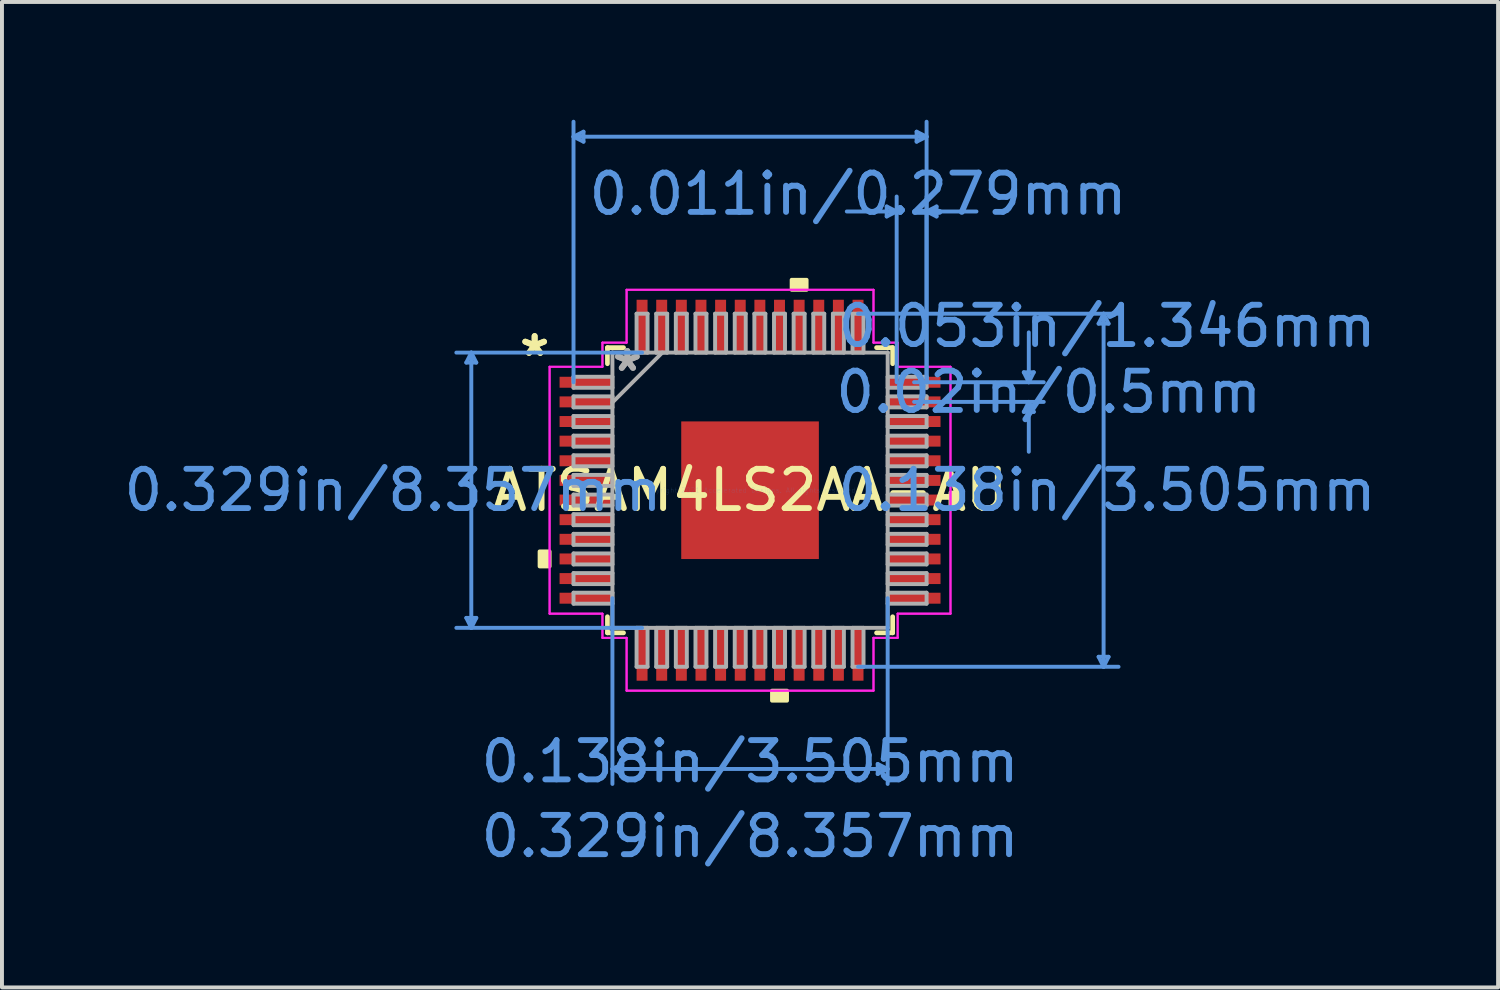
<source format=kicad_pcb>
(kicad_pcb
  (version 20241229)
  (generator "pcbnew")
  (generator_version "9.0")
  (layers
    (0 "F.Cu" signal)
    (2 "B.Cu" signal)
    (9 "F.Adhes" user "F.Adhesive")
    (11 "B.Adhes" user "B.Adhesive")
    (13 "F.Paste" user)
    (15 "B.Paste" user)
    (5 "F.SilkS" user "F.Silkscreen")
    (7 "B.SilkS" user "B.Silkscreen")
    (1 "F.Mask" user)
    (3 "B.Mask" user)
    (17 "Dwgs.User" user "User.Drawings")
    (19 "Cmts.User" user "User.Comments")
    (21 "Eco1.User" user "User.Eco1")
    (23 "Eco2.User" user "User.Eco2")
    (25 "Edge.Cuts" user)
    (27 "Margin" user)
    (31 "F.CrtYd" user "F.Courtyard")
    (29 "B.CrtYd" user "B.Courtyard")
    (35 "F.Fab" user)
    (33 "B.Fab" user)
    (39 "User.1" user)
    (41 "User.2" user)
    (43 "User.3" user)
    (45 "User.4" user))
  (footprint "ATSAM4LS2AA-AU"
    (layer "F.Cu")
    (at 16.052 9.435)
    (property "Reference" "ATSAM4LS2AA-AU" (at 0 0 0) (layer "F.SilkS") (effects (font (size 1 1) (thickness 0.15))))
    (attr through_hole)
    (fp_line (start -3.632 -3.632) (end -3.632 -3.222) (stroke (width 0.12) (type solid)) (layer "F.SilkS"))
    (fp_line (start -3.632 3.222) (end -3.632 3.632) (stroke (width 0.12) (type solid)) (layer "F.SilkS"))
    (fp_line (start -3.632 3.632) (end -3.222 3.632) (stroke (width 0.12) (type solid)) (layer "F.SilkS"))
    (fp_line (start -3.222 -3.632) (end -3.632 -3.632) (stroke (width 0.12) (type solid)) (layer "F.SilkS"))
    (fp_line (start 3.222 3.632) (end 3.632 3.632) (stroke (width 0.12) (type solid)) (layer "F.SilkS"))
    (fp_line (start 3.632 -3.632) (end 3.222 -3.632) (stroke (width 0.12) (type solid)) (layer "F.SilkS"))
    (fp_line (start 3.632 -3.222) (end 3.632 -3.632) (stroke (width 0.12) (type solid)) (layer "F.SilkS"))
    (fp_line (start 3.632 3.632) (end 3.632 3.222) (stroke (width 0.12) (type solid)) (layer "F.SilkS"))
    (fp_poly (pts (xy -5.359 1.559) (xy -5.359 1.94) (xy -5.105 1.94) (xy -5.105 1.559)) (stroke (width 0.1) (type solid)) (fill yes) (layer "F.SilkS"))
    (fp_poly (pts (xy 0.56 5.105) (xy 0.56 5.359) (xy 0.941 5.359) (xy 0.941 5.105)) (stroke (width 0.1) (type solid)) (fill yes) (layer "F.SilkS"))
    (fp_poly (pts (xy 1.06 -5.105) (xy 1.06 -5.359) (xy 1.44 -5.359) (xy 1.44 -5.105)) (stroke (width 0.1) (type solid)) (fill yes) (layer "F.SilkS"))
    (fp_poly (pts (xy 5.359 0.059) (xy 5.359 0.441) (xy 5.105 0.441) (xy 5.105 0.059)) (stroke (width 0.1) (type solid)) (fill yes) (layer "F.SilkS"))
    (fp_poly (pts (xy -1.653 -1.653) (xy -1.653 -0.1) (xy -0.1 -0.1) (xy -0.1 -1.653)) (stroke (width 0.1) (type solid)) (fill yes) (layer "F.Paste"))
    (fp_poly (pts (xy -1.653 0.1) (xy -1.653 1.653) (xy -0.1 1.653) (xy -0.1 0.1)) (stroke (width 0.1) (type solid)) (fill yes) (layer "F.Paste"))
    (fp_poly (pts (xy 0.1 -1.653) (xy 0.1 -0.1) (xy 1.653 -0.1) (xy 1.653 -1.653)) (stroke (width 0.1) (type solid)) (fill yes) (layer "F.Paste"))
    (fp_poly (pts (xy 0.1 0.1) (xy 0.1 1.653) (xy 1.653 1.653) (xy 1.653 0.1)) (stroke (width 0.1) (type solid)) (fill yes) (layer "F.Paste"))
    (fp_line (start -7.226 -3.251) (end -6.972 -3.251) (stroke (width 0.1) (type solid)) (layer "Cmts.User"))
    (fp_line (start -7.226 3.251) (end -6.972 3.251) (stroke (width 0.1) (type solid)) (layer "Cmts.User"))
    (fp_line (start -7.099 -3.505) (end -7.226 -3.251) (stroke (width 0.1) (type solid)) (layer "Cmts.User"))
    (fp_line (start -7.099 -3.505) (end -7.099 3.505) (stroke (width 0.1) (type solid)) (layer "Cmts.User"))
    (fp_line (start -7.099 -3.505) (end -6.972 -3.251) (stroke (width 0.1) (type solid)) (layer "Cmts.User"))
    (fp_line (start -7.099 3.505) (end -7.226 3.251) (stroke (width 0.1) (type solid)) (layer "Cmts.User"))
    (fp_line (start -7.099 3.505) (end -6.972 3.251) (stroke (width 0.1) (type solid)) (layer "Cmts.User"))
    (fp_line (start -4.496 -9.004) (end -4.242 -9.131) (stroke (width 0.1) (type solid)) (layer "Cmts.User"))
    (fp_line (start -4.496 -9.004) (end -4.242 -8.877) (stroke (width 0.1) (type solid)) (layer "Cmts.User"))
    (fp_line (start -4.496 -9.004) (end 4.496 -9.004) (stroke (width 0.1) (type solid)) (layer "Cmts.User"))
    (fp_line (start -4.496 -2.75) (end -4.496 -9.385) (stroke (width 0.1) (type solid)) (layer "Cmts.User"))
    (fp_line (start -4.242 -9.131) (end -4.242 -8.877) (stroke (width 0.1) (type solid)) (layer "Cmts.User"))
    (fp_line (start -3.505 2.75) (end -3.505 7.48) (stroke (width 0.1) (type solid)) (layer "Cmts.User"))
    (fp_line (start -3.505 7.099) (end -3.251 6.972) (stroke (width 0.1) (type solid)) (layer "Cmts.User"))
    (fp_line (start -3.505 7.099) (end -3.251 7.226) (stroke (width 0.1) (type solid)) (layer "Cmts.User"))
    (fp_line (start -3.505 7.099) (end 3.505 7.099) (stroke (width 0.1) (type solid)) (layer "Cmts.User"))
    (fp_line (start -3.251 6.972) (end -3.251 7.226) (stroke (width 0.1) (type solid)) (layer "Cmts.User"))
    (fp_line (start -2.75 -3.505) (end -7.48 -3.505) (stroke (width 0.1) (type solid)) (layer "Cmts.User"))
    (fp_line (start -2.75 3.505) (end -7.48 3.505) (stroke (width 0.1) (type solid)) (layer "Cmts.User"))
    (fp_line (start 2.75 -4.496) (end 9.385 -4.496) (stroke (width 0.1) (type solid)) (layer "Cmts.User"))
    (fp_line (start 2.75 4.496) (end 9.385 4.496) (stroke (width 0.1) (type solid)) (layer "Cmts.User"))
    (fp_line (start 3.251 6.972) (end 3.251 7.226) (stroke (width 0.1) (type solid)) (layer "Cmts.User"))
    (fp_line (start 3.48 -7.226) (end 3.48 -6.972) (stroke (width 0.1) (type solid)) (layer "Cmts.User"))
    (fp_line (start 3.505 2.75) (end 3.505 7.48) (stroke (width 0.1) (type solid)) (layer "Cmts.User"))
    (fp_line (start 3.505 7.099) (end 3.251 6.972) (stroke (width 0.1) (type solid)) (layer "Cmts.User"))
    (fp_line (start 3.505 7.099) (end 3.251 7.226) (stroke (width 0.1) (type solid)) (layer "Cmts.User"))
    (fp_line (start 3.734 -7.099) (end 2.464 -7.099) (stroke (width 0.1) (type solid)) (layer "Cmts.User"))
    (fp_line (start 3.734 -7.099) (end 3.48 -7.226) (stroke (width 0.1) (type solid)) (layer "Cmts.User"))
    (fp_line (start 3.734 -7.099) (end 3.48 -6.972) (stroke (width 0.1) (type solid)) (layer "Cmts.User"))
    (fp_line (start 3.734 -2.75) (end 3.734 -7.48) (stroke (width 0.1) (type solid)) (layer "Cmts.User"))
    (fp_line (start 4.178 -2.75) (end 7.48 -2.75) (stroke (width 0.1) (type solid)) (layer "Cmts.User"))
    (fp_line (start 4.178 -2.25) (end 7.48 -2.25) (stroke (width 0.1) (type solid)) (layer "Cmts.User"))
    (fp_line (start 4.242 -9.131) (end 4.242 -8.877) (stroke (width 0.1) (type solid)) (layer "Cmts.User"))
    (fp_line (start 4.496 -9.004) (end 4.242 -9.131) (stroke (width 0.1) (type solid)) (layer "Cmts.User"))
    (fp_line (start 4.496 -9.004) (end 4.242 -8.877) (stroke (width 0.1) (type solid)) (layer "Cmts.User"))
    (fp_line (start 4.496 -7.099) (end 4.75 -7.226) (stroke (width 0.1) (type solid)) (layer "Cmts.User"))
    (fp_line (start 4.496 -7.099) (end 4.75 -6.972) (stroke (width 0.1) (type solid)) (layer "Cmts.User"))
    (fp_line (start 4.496 -7.099) (end 5.766 -7.099) (stroke (width 0.1) (type solid)) (layer "Cmts.User"))
    (fp_line (start 4.496 -2.75) (end 4.496 -9.385) (stroke (width 0.1) (type solid)) (layer "Cmts.User"))
    (fp_line (start 4.496 -2.75) (end 4.496 -7.48) (stroke (width 0.1) (type solid)) (layer "Cmts.User"))
    (fp_line (start 4.75 -7.226) (end 4.75 -6.972) (stroke (width 0.1) (type solid)) (layer "Cmts.User"))
    (fp_line (start 6.972 -3.004) (end 7.226 -3.004) (stroke (width 0.1) (type solid)) (layer "Cmts.User"))
    (fp_line (start 6.972 -1.996) (end 7.226 -1.996) (stroke (width 0.1) (type solid)) (layer "Cmts.User"))
    (fp_line (start 7.099 -2.75) (end 6.972 -3.004) (stroke (width 0.1) (type solid)) (layer "Cmts.User"))
    (fp_line (start 7.099 -2.75) (end 7.099 -4.02) (stroke (width 0.1) (type solid)) (layer "Cmts.User"))
    (fp_line (start 7.099 -2.75) (end 7.226 -3.004) (stroke (width 0.1) (type solid)) (layer "Cmts.User"))
    (fp_line (start 7.099 -2.25) (end 6.972 -1.996) (stroke (width 0.1) (type solid)) (layer "Cmts.User"))
    (fp_line (start 7.099 -2.25) (end 7.099 -0.98) (stroke (width 0.1) (type solid)) (layer "Cmts.User"))
    (fp_line (start 7.099 -2.25) (end 7.226 -1.996) (stroke (width 0.1) (type solid)) (layer "Cmts.User"))
    (fp_line (start 8.877 -4.242) (end 9.131 -4.242) (stroke (width 0.1) (type solid)) (layer "Cmts.User"))
    (fp_line (start 8.877 4.242) (end 9.131 4.242) (stroke (width 0.1) (type solid)) (layer "Cmts.User"))
    (fp_line (start 9.004 -4.496) (end 8.877 -4.242) (stroke (width 0.1) (type solid)) (layer "Cmts.User"))
    (fp_line (start 9.004 -4.496) (end 9.004 4.496) (stroke (width 0.1) (type solid)) (layer "Cmts.User"))
    (fp_line (start 9.004 -4.496) (end 9.131 -4.242) (stroke (width 0.1) (type solid)) (layer "Cmts.User"))
    (fp_line (start 9.004 4.496) (end 8.877 4.242) (stroke (width 0.1) (type solid)) (layer "Cmts.User"))
    (fp_line (start 9.004 4.496) (end 9.131 4.242) (stroke (width 0.1) (type solid)) (layer "Cmts.User"))
    (fp_line (start -5.105 -3.144) (end -3.759 -3.144) (stroke (width 0.05) (type solid)) (layer "F.CrtYd"))
    (fp_line (start -5.105 -3.144) (end -3.759 -3.144) (stroke (width 0.05) (type solid)) (layer "F.CrtYd"))
    (fp_line (start -5.105 3.144) (end -5.105 -3.144) (stroke (width 0.05) (type solid)) (layer "F.CrtYd"))
    (fp_line (start -5.105 3.144) (end -5.105 -3.144) (stroke (width 0.05) (type solid)) (layer "F.CrtYd"))
    (fp_line (start -3.759 -3.759) (end -3.144 -3.759) (stroke (width 0.05) (type solid)) (layer "F.CrtYd"))
    (fp_line (start -3.759 -3.759) (end -3.144 -3.759) (stroke (width 0.05) (type solid)) (layer "F.CrtYd"))
    (fp_line (start -3.759 -3.144) (end -3.759 -3.759) (stroke (width 0.05) (type solid)) (layer "F.CrtYd"))
    (fp_line (start -3.759 -3.144) (end -3.759 -3.759) (stroke (width 0.05) (type solid)) (layer "F.CrtYd"))
    (fp_line (start -3.759 3.144) (end -5.105 3.144) (stroke (width 0.05) (type solid)) (layer "F.CrtYd"))
    (fp_line (start -3.759 3.144) (end -5.105 3.144) (stroke (width 0.05) (type solid)) (layer "F.CrtYd"))
    (fp_line (start -3.759 3.759) (end -3.759 3.144) (stroke (width 0.05) (type solid)) (layer "F.CrtYd"))
    (fp_line (start -3.759 3.759) (end -3.759 3.144) (stroke (width 0.05) (type solid)) (layer "F.CrtYd"))
    (fp_line (start -3.759 3.759) (end -3.144 3.759) (stroke (width 0.05) (type solid)) (layer "F.CrtYd"))
    (fp_line (start -3.144 -5.105) (end 3.144 -5.105) (stroke (width 0.05) (type solid)) (layer "F.CrtYd"))
    (fp_line (start -3.144 -5.105) (end 3.144 -5.105) (stroke (width 0.05) (type solid)) (layer "F.CrtYd"))
    (fp_line (start -3.144 -3.759) (end -3.144 -5.105) (stroke (width 0.05) (type solid)) (layer "F.CrtYd"))
    (fp_line (start -3.144 -3.759) (end -3.144 -5.105) (stroke (width 0.05) (type solid)) (layer "F.CrtYd"))
    (fp_line (start -3.144 3.759) (end -3.759 3.759) (stroke (width 0.05) (type solid)) (layer "F.CrtYd"))
    (fp_line (start -3.144 3.759) (end -3.144 5.105) (stroke (width 0.05) (type solid)) (layer "F.CrtYd"))
    (fp_line (start -3.144 5.105) (end -3.144 3.759) (stroke (width 0.05) (type solid)) (layer "F.CrtYd"))
    (fp_line (start -3.144 5.105) (end 3.144 5.105) (stroke (width 0.05) (type solid)) (layer "F.CrtYd"))
    (fp_line (start 3.144 -5.105) (end 3.144 -3.759) (stroke (width 0.05) (type solid)) (layer "F.CrtYd"))
    (fp_line (start 3.144 -5.105) (end 3.144 -3.759) (stroke (width 0.05) (type solid)) (layer "F.CrtYd"))
    (fp_line (start 3.144 -3.759) (end 3.759 -3.759) (stroke (width 0.05) (type solid)) (layer "F.CrtYd"))
    (fp_line (start 3.144 -3.759) (end 3.759 -3.759) (stroke (width 0.05) (type solid)) (layer "F.CrtYd"))
    (fp_line (start 3.144 3.759) (end 3.144 5.105) (stroke (width 0.05) (type solid)) (layer "F.CrtYd"))
    (fp_line (start 3.144 3.759) (end 3.759 3.759) (stroke (width 0.05) (type solid)) (layer "F.CrtYd"))
    (fp_line (start 3.144 5.105) (end -3.144 5.105) (stroke (width 0.05) (type solid)) (layer "F.CrtYd"))
    (fp_line (start 3.144 5.105) (end 3.144 3.759) (stroke (width 0.05) (type solid)) (layer "F.CrtYd"))
    (fp_line (start 3.759 -3.759) (end 3.759 -3.144) (stroke (width 0.05) (type solid)) (layer "F.CrtYd"))
    (fp_line (start 3.759 -3.144) (end 3.759 -3.759) (stroke (width 0.05) (type solid)) (layer "F.CrtYd"))
    (fp_line (start 3.759 -3.144) (end 5.105 -3.144) (stroke (width 0.05) (type solid)) (layer "F.CrtYd"))
    (fp_line (start 3.759 3.144) (end 3.759 3.759) (stroke (width 0.05) (type solid)) (layer "F.CrtYd"))
    (fp_line (start 3.759 3.144) (end 5.105 3.144) (stroke (width 0.05) (type solid)) (layer "F.CrtYd"))
    (fp_line (start 3.759 3.759) (end 3.144 3.759) (stroke (width 0.05) (type solid)) (layer "F.CrtYd"))
    (fp_line (start 3.759 3.759) (end 3.759 3.144) (stroke (width 0.05) (type solid)) (layer "F.CrtYd"))
    (fp_line (start 5.105 -3.144) (end 3.759 -3.144) (stroke (width 0.05) (type solid)) (layer "F.CrtYd"))
    (fp_line (start 5.105 -3.144) (end 5.105 3.144) (stroke (width 0.05) (type solid)) (layer "F.CrtYd"))
    (fp_line (start 5.105 3.144) (end 3.759 3.144) (stroke (width 0.05) (type solid)) (layer "F.CrtYd"))
    (fp_line (start 5.105 3.144) (end 5.105 -3.144) (stroke (width 0.05) (type solid)) (layer "F.CrtYd"))
    (fp_line (start -4.496 -2.89) (end -4.496 -2.61) (stroke (width 0.1) (type solid)) (layer "F.Fab"))
    (fp_line (start -4.496 -2.61) (end -3.505 -2.61) (stroke (width 0.1) (type solid)) (layer "F.Fab"))
    (fp_line (start -4.496 -2.39) (end -4.496 -2.11) (stroke (width 0.1) (type solid)) (layer "F.Fab"))
    (fp_line (start -4.496 -2.11) (end -3.505 -2.11) (stroke (width 0.1) (type solid)) (layer "F.Fab"))
    (fp_line (start -4.496 -1.89) (end -4.496 -1.61) (stroke (width 0.1) (type solid)) (layer "F.Fab"))
    (fp_line (start -4.496 -1.61) (end -3.505 -1.61) (stroke (width 0.1) (type solid)) (layer "F.Fab"))
    (fp_line (start -4.496 -1.39) (end -4.496 -1.11) (stroke (width 0.1) (type solid)) (layer "F.Fab"))
    (fp_line (start -4.496 -1.11) (end -3.505 -1.11) (stroke (width 0.1) (type solid)) (layer "F.Fab"))
    (fp_line (start -4.496 -0.89) (end -4.496 -0.61) (stroke (width 0.1) (type solid)) (layer "F.Fab"))
    (fp_line (start -4.496 -0.61) (end -3.505 -0.61) (stroke (width 0.1) (type solid)) (layer "F.Fab"))
    (fp_line (start -4.496 -0.39) (end -4.496 -0.11) (stroke (width 0.1) (type solid)) (layer "F.Fab"))
    (fp_line (start -4.496 -0.11) (end -3.505 -0.11) (stroke (width 0.1) (type solid)) (layer "F.Fab"))
    (fp_line (start -4.496 0.11) (end -4.496 0.39) (stroke (width 0.1) (type solid)) (layer "F.Fab"))
    (fp_line (start -4.496 0.39) (end -3.505 0.39) (stroke (width 0.1) (type solid)) (layer "F.Fab"))
    (fp_line (start -4.496 0.61) (end -4.496 0.89) (stroke (width 0.1) (type solid)) (layer "F.Fab"))
    (fp_line (start -4.496 0.89) (end -3.505 0.89) (stroke (width 0.1) (type solid)) (layer "F.Fab"))
    (fp_line (start -4.496 1.11) (end -4.496 1.39) (stroke (width 0.1) (type solid)) (layer "F.Fab"))
    (fp_line (start -4.496 1.39) (end -3.505 1.39) (stroke (width 0.1) (type solid)) (layer "F.Fab"))
    (fp_line (start -4.496 1.61) (end -4.496 1.89) (stroke (width 0.1) (type solid)) (layer "F.Fab"))
    (fp_line (start -4.496 1.89) (end -3.505 1.89) (stroke (width 0.1) (type solid)) (layer "F.Fab"))
    (fp_line (start -4.496 2.11) (end -4.496 2.39) (stroke (width 0.1) (type solid)) (layer "F.Fab"))
    (fp_line (start -4.496 2.39) (end -3.505 2.39) (stroke (width 0.1) (type solid)) (layer "F.Fab"))
    (fp_line (start -4.496 2.61) (end -4.496 2.89) (stroke (width 0.1) (type solid)) (layer "F.Fab"))
    (fp_line (start -4.496 2.89) (end -3.505 2.89) (stroke (width 0.1) (type solid)) (layer "F.Fab"))
    (fp_line (start -3.505 -3.505) (end -3.505 -3.505) (stroke (width 0.1) (type solid)) (layer "F.Fab"))
    (fp_line (start -3.505 -3.505) (end -3.505 3.505) (stroke (width 0.1) (type solid)) (layer "F.Fab"))
    (fp_line (start -3.505 -2.89) (end -4.496 -2.89) (stroke (width 0.1) (type solid)) (layer "F.Fab"))
    (fp_line (start -3.505 -2.61) (end -3.505 -2.89) (stroke (width 0.1) (type solid)) (layer "F.Fab"))
    (fp_line (start -3.505 -2.39) (end -4.496 -2.39) (stroke (width 0.1) (type solid)) (layer "F.Fab"))
    (fp_line (start -3.505 -2.235) (end -2.235 -3.505) (stroke (width 0.1) (type solid)) (layer "F.Fab"))
    (fp_line (start -3.505 -2.11) (end -3.505 -2.39) (stroke (width 0.1) (type solid)) (layer "F.Fab"))
    (fp_line (start -3.505 -1.89) (end -4.496 -1.89) (stroke (width 0.1) (type solid)) (layer "F.Fab"))
    (fp_line (start -3.505 -1.61) (end -3.505 -1.89) (stroke (width 0.1) (type solid)) (layer "F.Fab"))
    (fp_line (start -3.505 -1.39) (end -4.496 -1.39) (stroke (width 0.1) (type solid)) (layer "F.Fab"))
    (fp_line (start -3.505 -1.11) (end -3.505 -1.39) (stroke (width 0.1) (type solid)) (layer "F.Fab"))
    (fp_line (start -3.505 -0.89) (end -4.496 -0.89) (stroke (width 0.1) (type solid)) (layer "F.Fab"))
    (fp_line (start -3.505 -0.61) (end -3.505 -0.89) (stroke (width 0.1) (type solid)) (layer "F.Fab"))
    (fp_line (start -3.505 -0.39) (end -4.496 -0.39) (stroke (width 0.1) (type solid)) (layer "F.Fab"))
    (fp_line (start -3.505 -0.11) (end -3.505 -0.39) (stroke (width 0.1) (type solid)) (layer "F.Fab"))
    (fp_line (start -3.505 0.11) (end -4.496 0.11) (stroke (width 0.1) (type solid)) (layer "F.Fab"))
    (fp_line (start -3.505 0.39) (end -3.505 0.11) (stroke (width 0.1) (type solid)) (layer "F.Fab"))
    (fp_line (start -3.505 0.61) (end -4.496 0.61) (stroke (width 0.1) (type solid)) (layer "F.Fab"))
    (fp_line (start -3.505 0.89) (end -3.505 0.61) (stroke (width 0.1) (type solid)) (layer "F.Fab"))
    (fp_line (start -3.505 1.11) (end -4.496 1.11) (stroke (width 0.1) (type solid)) (layer "F.Fab"))
    (fp_line (start -3.505 1.39) (end -3.505 1.11) (stroke (width 0.1) (type solid)) (layer "F.Fab"))
    (fp_line (start -3.505 1.61) (end -4.496 1.61) (stroke (width 0.1) (type solid)) (layer "F.Fab"))
    (fp_line (start -3.505 1.89) (end -3.505 1.61) (stroke (width 0.1) (type solid)) (layer "F.Fab"))
    (fp_line (start -3.505 2.11) (end -4.496 2.11) (stroke (width 0.1) (type solid)) (layer "F.Fab"))
    (fp_line (start -3.505 2.39) (end -3.505 2.11) (stroke (width 0.1) (type solid)) (layer "F.Fab"))
    (fp_line (start -3.505 2.61) (end -4.496 2.61) (stroke (width 0.1) (type solid)) (layer "F.Fab"))
    (fp_line (start -3.505 2.89) (end -3.505 2.61) (stroke (width 0.1) (type solid)) (layer "F.Fab"))
    (fp_line (start -3.505 3.505) (end -3.505 3.505) (stroke (width 0.1) (type solid)) (layer "F.Fab"))
    (fp_line (start -3.505 3.505) (end 3.505 3.505) (stroke (width 0.1) (type solid)) (layer "F.Fab"))
    (fp_line (start -2.89 -4.496) (end -2.89 -3.505) (stroke (width 0.1) (type solid)) (layer "F.Fab"))
    (fp_line (start -2.89 -3.505) (end -2.61 -3.505) (stroke (width 0.1) (type solid)) (layer "F.Fab"))
    (fp_line (start -2.89 3.505) (end -2.89 4.496) (stroke (width 0.1) (type solid)) (layer "F.Fab"))
    (fp_line (start -2.89 4.496) (end -2.61 4.496) (stroke (width 0.1) (type solid)) (layer "F.Fab"))
    (fp_line (start -2.61 -4.496) (end -2.89 -4.496) (stroke (width 0.1) (type solid)) (layer "F.Fab"))
    (fp_line (start -2.61 -3.505) (end -2.61 -4.496) (stroke (width 0.1) (type solid)) (layer "F.Fab"))
    (fp_line (start -2.61 3.505) (end -2.89 3.505) (stroke (width 0.1) (type solid)) (layer "F.Fab"))
    (fp_line (start -2.61 4.496) (end -2.61 3.505) (stroke (width 0.1) (type solid)) (layer "F.Fab"))
    (fp_line (start -2.39 -4.496) (end -2.39 -3.505) (stroke (width 0.1) (type solid)) (layer "F.Fab"))
    (fp_line (start -2.39 -3.505) (end -2.11 -3.505) (stroke (width 0.1) (type solid)) (layer "F.Fab"))
    (fp_line (start -2.39 3.505) (end -2.39 4.496) (stroke (width 0.1) (type solid)) (layer "F.Fab"))
    (fp_line (start -2.39 4.496) (end -2.11 4.496) (stroke (width 0.1) (type solid)) (layer "F.Fab"))
    (fp_line (start -2.11 -4.496) (end -2.39 -4.496) (stroke (width 0.1) (type solid)) (layer "F.Fab"))
    (fp_line (start -2.11 -3.505) (end -2.11 -4.496) (stroke (width 0.1) (type solid)) (layer "F.Fab"))
    (fp_line (start -2.11 3.505) (end -2.39 3.505) (stroke (width 0.1) (type solid)) (layer "F.Fab"))
    (fp_line (start -2.11 4.496) (end -2.11 3.505) (stroke (width 0.1) (type solid)) (layer "F.Fab"))
    (fp_line (start -1.89 -4.496) (end -1.89 -3.505) (stroke (width 0.1) (type solid)) (layer "F.Fab"))
    (fp_line (start -1.89 -3.505) (end -1.61 -3.505) (stroke (width 0.1) (type solid)) (layer "F.Fab"))
    (fp_line (start -1.89 3.505) (end -1.89 4.496) (stroke (width 0.1) (type solid)) (layer "F.Fab"))
    (fp_line (start -1.89 4.496) (end -1.61 4.496) (stroke (width 0.1) (type solid)) (layer "F.Fab"))
    (fp_line (start -1.61 -4.496) (end -1.89 -4.496) (stroke (width 0.1) (type solid)) (layer "F.Fab"))
    (fp_line (start -1.61 -3.505) (end -1.61 -4.496) (stroke (width 0.1) (type solid)) (layer "F.Fab"))
    (fp_line (start -1.61 3.505) (end -1.89 3.505) (stroke (width 0.1) (type solid)) (layer "F.Fab"))
    (fp_line (start -1.61 4.496) (end -1.61 3.505) (stroke (width 0.1) (type solid)) (layer "F.Fab"))
    (fp_line (start -1.39 -4.496) (end -1.39 -3.505) (stroke (width 0.1) (type solid)) (layer "F.Fab"))
    (fp_line (start -1.39 -3.505) (end -1.11 -3.505) (stroke (width 0.1) (type solid)) (layer "F.Fab"))
    (fp_line (start -1.39 3.505) (end -1.39 4.496) (stroke (width 0.1) (type solid)) (layer "F.Fab"))
    (fp_line (start -1.39 4.496) (end -1.11 4.496) (stroke (width 0.1) (type solid)) (layer "F.Fab"))
    (fp_line (start -1.11 -4.496) (end -1.39 -4.496) (stroke (width 0.1) (type solid)) (layer "F.Fab"))
    (fp_line (start -1.11 -3.505) (end -1.11 -4.496) (stroke (width 0.1) (type solid)) (layer "F.Fab"))
    (fp_line (start -1.11 3.505) (end -1.39 3.505) (stroke (width 0.1) (type solid)) (layer "F.Fab"))
    (fp_line (start -1.11 4.496) (end -1.11 3.505) (stroke (width 0.1) (type solid)) (layer "F.Fab"))
    (fp_line (start -0.89 -4.496) (end -0.89 -3.505) (stroke (width 0.1) (type solid)) (layer "F.Fab"))
    (fp_line (start -0.89 -3.505) (end -0.61 -3.505) (stroke (width 0.1) (type solid)) (layer "F.Fab"))
    (fp_line (start -0.89 3.505) (end -0.89 4.496) (stroke (width 0.1) (type solid)) (layer "F.Fab"))
    (fp_line (start -0.89 4.496) (end -0.61 4.496) (stroke (width 0.1) (type solid)) (layer "F.Fab"))
    (fp_line (start -0.61 -4.496) (end -0.89 -4.496) (stroke (width 0.1) (type solid)) (layer "F.Fab"))
    (fp_line (start -0.61 -3.505) (end -0.61 -4.496) (stroke (width 0.1) (type solid)) (layer "F.Fab"))
    (fp_line (start -0.61 3.505) (end -0.89 3.505) (stroke (width 0.1) (type solid)) (layer "F.Fab"))
    (fp_line (start -0.61 4.496) (end -0.61 3.505) (stroke (width 0.1) (type solid)) (layer "F.Fab"))
    (fp_line (start -0.39 -4.496) (end -0.39 -3.505) (stroke (width 0.1) (type solid)) (layer "F.Fab"))
    (fp_line (start -0.39 -3.505) (end -0.11 -3.505) (stroke (width 0.1) (type solid)) (layer "F.Fab"))
    (fp_line (start -0.39 3.505) (end -0.39 4.496) (stroke (width 0.1) (type solid)) (layer "F.Fab"))
    (fp_line (start -0.39 4.496) (end -0.11 4.496) (stroke (width 0.1) (type solid)) (layer "F.Fab"))
    (fp_line (start -0.11 -4.496) (end -0.39 -4.496) (stroke (width 0.1) (type solid)) (layer "F.Fab"))
    (fp_line (start -0.11 -3.505) (end -0.11 -4.496) (stroke (width 0.1) (type solid)) (layer "F.Fab"))
    (fp_line (start -0.11 3.505) (end -0.39 3.505) (stroke (width 0.1) (type solid)) (layer "F.Fab"))
    (fp_line (start -0.11 4.496) (end -0.11 3.505) (stroke (width 0.1) (type solid)) (layer "F.Fab"))
    (fp_line (start 0.11 -4.496) (end 0.11 -3.505) (stroke (width 0.1) (type solid)) (layer "F.Fab"))
    (fp_line (start 0.11 -3.505) (end 0.39 -3.505) (stroke (width 0.1) (type solid)) (layer "F.Fab"))
    (fp_line (start 0.11 3.505) (end 0.11 4.496) (stroke (width 0.1) (type solid)) (layer "F.Fab"))
    (fp_line (start 0.11 4.496) (end 0.39 4.496) (stroke (width 0.1) (type solid)) (layer "F.Fab"))
    (fp_line (start 0.39 -4.496) (end 0.11 -4.496) (stroke (width 0.1) (type solid)) (layer "F.Fab"))
    (fp_line (start 0.39 -3.505) (end 0.39 -4.496) (stroke (width 0.1) (type solid)) (layer "F.Fab"))
    (fp_line (start 0.39 3.505) (end 0.11 3.505) (stroke (width 0.1) (type solid)) (layer "F.Fab"))
    (fp_line (start 0.39 4.496) (end 0.39 3.505) (stroke (width 0.1) (type solid)) (layer "F.Fab"))
    (fp_line (start 0.61 -4.496) (end 0.61 -3.505) (stroke (width 0.1) (type solid)) (layer "F.Fab"))
    (fp_line (start 0.61 -3.505) (end 0.89 -3.505) (stroke (width 0.1) (type solid)) (layer "F.Fab"))
    (fp_line (start 0.61 3.505) (end 0.61 4.496) (stroke (width 0.1) (type solid)) (layer "F.Fab"))
    (fp_line (start 0.61 4.496) (end 0.89 4.496) (stroke (width 0.1) (type solid)) (layer "F.Fab"))
    (fp_line (start 0.89 -4.496) (end 0.61 -4.496) (stroke (width 0.1) (type solid)) (layer "F.Fab"))
    (fp_line (start 0.89 -3.505) (end 0.89 -4.496) (stroke (width 0.1) (type solid)) (layer "F.Fab"))
    (fp_line (start 0.89 3.505) (end 0.61 3.505) (stroke (width 0.1) (type solid)) (layer "F.Fab"))
    (fp_line (start 0.89 4.496) (end 0.89 3.505) (stroke (width 0.1) (type solid)) (layer "F.Fab"))
    (fp_line (start 1.11 -4.496) (end 1.11 -3.505) (stroke (width 0.1) (type solid)) (layer "F.Fab"))
    (fp_line (start 1.11 -3.505) (end 1.39 -3.505) (stroke (width 0.1) (type solid)) (layer "F.Fab"))
    (fp_line (start 1.11 3.505) (end 1.11 4.496) (stroke (width 0.1) (type solid)) (layer "F.Fab"))
    (fp_line (start 1.11 4.496) (end 1.39 4.496) (stroke (width 0.1) (type solid)) (layer "F.Fab"))
    (fp_line (start 1.39 -4.496) (end 1.11 -4.496) (stroke (width 0.1) (type solid)) (layer "F.Fab"))
    (fp_line (start 1.39 -3.505) (end 1.39 -4.496) (stroke (width 0.1) (type solid)) (layer "F.Fab"))
    (fp_line (start 1.39 3.505) (end 1.11 3.505) (stroke (width 0.1) (type solid)) (layer "F.Fab"))
    (fp_line (start 1.39 4.496) (end 1.39 3.505) (stroke (width 0.1) (type solid)) (layer "F.Fab"))
    (fp_line (start 1.61 -4.496) (end 1.61 -3.505) (stroke (width 0.1) (type solid)) (layer "F.Fab"))
    (fp_line (start 1.61 -3.505) (end 1.89 -3.505) (stroke (width 0.1) (type solid)) (layer "F.Fab"))
    (fp_line (start 1.61 3.505) (end 1.61 4.496) (stroke (width 0.1) (type solid)) (layer "F.Fab"))
    (fp_line (start 1.61 4.496) (end 1.89 4.496) (stroke (width 0.1) (type solid)) (layer "F.Fab"))
    (fp_line (start 1.89 -4.496) (end 1.61 -4.496) (stroke (width 0.1) (type solid)) (layer "F.Fab"))
    (fp_line (start 1.89 -3.505) (end 1.89 -4.496) (stroke (width 0.1) (type solid)) (layer "F.Fab"))
    (fp_line (start 1.89 3.505) (end 1.61 3.505) (stroke (width 0.1) (type solid)) (layer "F.Fab"))
    (fp_line (start 1.89 4.496) (end 1.89 3.505) (stroke (width 0.1) (type solid)) (layer "F.Fab"))
    (fp_line (start 2.11 -4.496) (end 2.11 -3.505) (stroke (width 0.1) (type solid)) (layer "F.Fab"))
    (fp_line (start 2.11 -3.505) (end 2.39 -3.505) (stroke (width 0.1) (type solid)) (layer "F.Fab"))
    (fp_line (start 2.11 3.505) (end 2.11 4.496) (stroke (width 0.1) (type solid)) (layer "F.Fab"))
    (fp_line (start 2.11 4.496) (end 2.39 4.496) (stroke (width 0.1) (type solid)) (layer "F.Fab"))
    (fp_line (start 2.39 -4.496) (end 2.11 -4.496) (stroke (width 0.1) (type solid)) (layer "F.Fab"))
    (fp_line (start 2.39 -3.505) (end 2.39 -4.496) (stroke (width 0.1) (type solid)) (layer "F.Fab"))
    (fp_line (start 2.39 3.505) (end 2.11 3.505) (stroke (width 0.1) (type solid)) (layer "F.Fab"))
    (fp_line (start 2.39 4.496) (end 2.39 3.505) (stroke (width 0.1) (type solid)) (layer "F.Fab"))
    (fp_line (start 2.61 -4.496) (end 2.61 -3.505) (stroke (width 0.1) (type solid)) (layer "F.Fab"))
    (fp_line (start 2.61 -3.505) (end 2.89 -3.505) (stroke (width 0.1) (type solid)) (layer "F.Fab"))
    (fp_line (start 2.61 3.505) (end 2.61 4.496) (stroke (width 0.1) (type solid)) (layer "F.Fab"))
    (fp_line (start 2.61 4.496) (end 2.89 4.496) (stroke (width 0.1) (type solid)) (layer "F.Fab"))
    (fp_line (start 2.89 -4.496) (end 2.61 -4.496) (stroke (width 0.1) (type solid)) (layer "F.Fab"))
    (fp_line (start 2.89 -3.505) (end 2.89 -4.496) (stroke (width 0.1) (type solid)) (layer "F.Fab"))
    (fp_line (start 2.89 3.505) (end 2.61 3.505) (stroke (width 0.1) (type solid)) (layer "F.Fab"))
    (fp_line (start 2.89 4.496) (end 2.89 3.505) (stroke (width 0.1) (type solid)) (layer "F.Fab"))
    (fp_line (start 3.505 -3.505) (end -3.505 -3.505) (stroke (width 0.1) (type solid)) (layer "F.Fab"))
    (fp_line (start 3.505 -3.505) (end 3.505 -3.505) (stroke (width 0.1) (type solid)) (layer "F.Fab"))
    (fp_line (start 3.505 -2.89) (end 3.505 -2.61) (stroke (width 0.1) (type solid)) (layer "F.Fab"))
    (fp_line (start 3.505 -2.61) (end 4.496 -2.61) (stroke (width 0.1) (type solid)) (layer "F.Fab"))
    (fp_line (start 3.505 -2.39) (end 3.505 -2.11) (stroke (width 0.1) (type solid)) (layer "F.Fab"))
    (fp_line (start 3.505 -2.11) (end 4.496 -2.11) (stroke (width 0.1) (type solid)) (layer "F.Fab"))
    (fp_line (start 3.505 -1.89) (end 3.505 -1.61) (stroke (width 0.1) (type solid)) (layer "F.Fab"))
    (fp_line (start 3.505 -1.61) (end 4.496 -1.61) (stroke (width 0.1) (type solid)) (layer "F.Fab"))
    (fp_line (start 3.505 -1.39) (end 3.505 -1.11) (stroke (width 0.1) (type solid)) (layer "F.Fab"))
    (fp_line (start 3.505 -1.11) (end 4.496 -1.11) (stroke (width 0.1) (type solid)) (layer "F.Fab"))
    (fp_line (start 3.505 -0.89) (end 3.505 -0.61) (stroke (width 0.1) (type solid)) (layer "F.Fab"))
    (fp_line (start 3.505 -0.61) (end 4.496 -0.61) (stroke (width 0.1) (type solid)) (layer "F.Fab"))
    (fp_line (start 3.505 -0.39) (end 3.505 -0.11) (stroke (width 0.1) (type solid)) (layer "F.Fab"))
    (fp_line (start 3.505 -0.11) (end 4.496 -0.11) (stroke (width 0.1) (type solid)) (layer "F.Fab"))
    (fp_line (start 3.505 0.11) (end 3.505 0.39) (stroke (width 0.1) (type solid)) (layer "F.Fab"))
    (fp_line (start 3.505 0.39) (end 4.496 0.39) (stroke (width 0.1) (type solid)) (layer "F.Fab"))
    (fp_line (start 3.505 0.61) (end 3.505 0.89) (stroke (width 0.1) (type solid)) (layer "F.Fab"))
    (fp_line (start 3.505 0.89) (end 4.496 0.89) (stroke (width 0.1) (type solid)) (layer "F.Fab"))
    (fp_line (start 3.505 1.11) (end 3.505 1.39) (stroke (width 0.1) (type solid)) (layer "F.Fab"))
    (fp_line (start 3.505 1.39) (end 4.496 1.39) (stroke (width 0.1) (type solid)) (layer "F.Fab"))
    (fp_line (start 3.505 1.61) (end 3.505 1.89) (stroke (width 0.1) (type solid)) (layer "F.Fab"))
    (fp_line (start 3.505 1.89) (end 4.496 1.89) (stroke (width 0.1) (type solid)) (layer "F.Fab"))
    (fp_line (start 3.505 2.11) (end 3.505 2.39) (stroke (width 0.1) (type solid)) (layer "F.Fab"))
    (fp_line (start 3.505 2.39) (end 4.496 2.39) (stroke (width 0.1) (type solid)) (layer "F.Fab"))
    (fp_line (start 3.505 2.61) (end 3.505 2.89) (stroke (width 0.1) (type solid)) (layer "F.Fab"))
    (fp_line (start 3.505 2.89) (end 4.496 2.89) (stroke (width 0.1) (type solid)) (layer "F.Fab"))
    (fp_line (start 3.505 3.505) (end 3.505 -3.505) (stroke (width 0.1) (type solid)) (layer "F.Fab"))
    (fp_line (start 3.505 3.505) (end 3.505 3.505) (stroke (width 0.1) (type solid)) (layer "F.Fab"))
    (fp_line (start 4.496 -2.89) (end 3.505 -2.89) (stroke (width 0.1) (type solid)) (layer "F.Fab"))
    (fp_line (start 4.496 -2.61) (end 4.496 -2.89) (stroke (width 0.1) (type solid)) (layer "F.Fab"))
    (fp_line (start 4.496 -2.39) (end 3.505 -2.39) (stroke (width 0.1) (type solid)) (layer "F.Fab"))
    (fp_line (start 4.496 -2.11) (end 4.496 -2.39) (stroke (width 0.1) (type solid)) (layer "F.Fab"))
    (fp_line (start 4.496 -1.89) (end 3.505 -1.89) (stroke (width 0.1) (type solid)) (layer "F.Fab"))
    (fp_line (start 4.496 -1.61) (end 4.496 -1.89) (stroke (width 0.1) (type solid)) (layer "F.Fab"))
    (fp_line (start 4.496 -1.39) (end 3.505 -1.39) (stroke (width 0.1) (type solid)) (layer "F.Fab"))
    (fp_line (start 4.496 -1.11) (end 4.496 -1.39) (stroke (width 0.1) (type solid)) (layer "F.Fab"))
    (fp_line (start 4.496 -0.89) (end 3.505 -0.89) (stroke (width 0.1) (type solid)) (layer "F.Fab"))
    (fp_line (start 4.496 -0.61) (end 4.496 -0.89) (stroke (width 0.1) (type solid)) (layer "F.Fab"))
    (fp_line (start 4.496 -0.39) (end 3.505 -0.39) (stroke (width 0.1) (type solid)) (layer "F.Fab"))
    (fp_line (start 4.496 -0.11) (end 4.496 -0.39) (stroke (width 0.1) (type solid)) (layer "F.Fab"))
    (fp_line (start 4.496 0.11) (end 3.505 0.11) (stroke (width 0.1) (type solid)) (layer "F.Fab"))
    (fp_line (start 4.496 0.39) (end 4.496 0.11) (stroke (width 0.1) (type solid)) (layer "F.Fab"))
    (fp_line (start 4.496 0.61) (end 3.505 0.61) (stroke (width 0.1) (type solid)) (layer "F.Fab"))
    (fp_line (start 4.496 0.89) (end 4.496 0.61) (stroke (width 0.1) (type solid)) (layer "F.Fab"))
    (fp_line (start 4.496 1.11) (end 3.505 1.11) (stroke (width 0.1) (type solid)) (layer "F.Fab"))
    (fp_line (start 4.496 1.39) (end 4.496 1.11) (stroke (width 0.1) (type solid)) (layer "F.Fab"))
    (fp_line (start 4.496 1.61) (end 3.505 1.61) (stroke (width 0.1) (type solid)) (layer "F.Fab"))
    (fp_line (start 4.496 1.89) (end 4.496 1.61) (stroke (width 0.1) (type solid)) (layer "F.Fab"))
    (fp_line (start 4.496 2.11) (end 3.505 2.11) (stroke (width 0.1) (type solid)) (layer "F.Fab"))
    (fp_line (start 4.496 2.39) (end 4.496 2.11) (stroke (width 0.1) (type solid)) (layer "F.Fab"))
    (fp_line (start 4.496 2.61) (end 3.505 2.61) (stroke (width 0.1) (type solid)) (layer "F.Fab"))
    (fp_line (start 4.496 2.89) (end 4.496 2.61) (stroke (width 0.1) (type solid)) (layer "F.Fab"))
    (fp_text user "*" (at -5.486 -3.381 0) (layer "F.SilkS") (effects (font (size 1 1) (thickness 0.15))))
    (fp_text user "*" (at -5.486 -3.381 0) (layer "F.SilkS") (effects (font (size 1 1) (thickness 0.15))))
    (fp_text user "0.138in/3.505mm" (at 0 6.909 0) (layer "Cmts.User") (effects (font (size 1 1) (thickness 0.15))))
    (fp_text user "0.138in/3.505mm" (at 9.093 0 0) (layer "Cmts.User") (effects (font (size 1 1) (thickness 0.15))))
    (fp_text user "Copyright 2021 Accelerated Designs. All rights reserved." (at 0 0 0) (layer "Cmts.User") (effects (font (size 0.127 0.127) (thickness 0.002))))
    (fp_text user "0.329in/8.357mm" (at 0 8.814 0) (layer "Cmts.User") (effects (font (size 1 1) (thickness 0.15))))
    (fp_text user "0.011in/0.279mm" (at 2.75 -7.544 0) (layer "Cmts.User") (effects (font (size 1 1) (thickness 0.15))))
    (fp_text user "0.053in/1.346mm" (at 9.093 -4.178 0) (layer "Cmts.User") (effects (font (size 1 1) (thickness 0.15))))
    (fp_text user "0.02in/0.5mm" (at 7.607 -2.5 0) (layer "Cmts.User") (effects (font (size 1 1) (thickness 0.15))))
    (fp_text user "0.329in/8.357mm" (at -9.093 0 0) (layer "Cmts.User") (effects (font (size 1 1) (thickness 0.15))))
    (fp_text user "*" (at -3.124 -3 0) (layer "F.Fab") (effects (font (size 1 1) (thickness 0.15))))
    (fp_text user "*" (at -3.124 -3 0) (layer "F.Fab") (effects (font (size 1 1) (thickness 0.15))))
    (pad "1" smd rect (at -4.178 -2.75 90) (size 0.279 1.346) (layers "F.Cu" "F.Mask" "F.Paste"))
    (pad "2" smd rect (at -4.178 -2.25 90) (size 0.279 1.346) (layers "F.Cu" "F.Mask" "F.Paste"))
    (pad "3" smd rect (at -4.178 -1.75 90) (size 0.279 1.346) (layers "F.Cu" "F.Mask" "F.Paste"))
    (pad "4" smd rect (at -4.178 -1.25 90) (size 0.279 1.346) (layers "F.Cu" "F.Mask" "F.Paste"))
    (pad "5" smd rect (at -4.178 -0.75 90) (size 0.279 1.346) (layers "F.Cu" "F.Mask" "F.Paste"))
    (pad "6" smd rect (at -4.178 -0.25 90) (size 0.279 1.346) (layers "F.Cu" "F.Mask" "F.Paste"))
    (pad "7" smd rect (at -4.178 0.25 90) (size 0.279 1.346) (layers "F.Cu" "F.Mask" "F.Paste"))
    (pad "8" smd rect (at -4.178 0.75 90) (size 0.279 1.346) (layers "F.Cu" "F.Mask" "F.Paste"))
    (pad "9" smd rect (at -4.178 1.25 90) (size 0.279 1.346) (layers "F.Cu" "F.Mask" "F.Paste"))
    (pad "10" smd rect (at -4.178 1.75 90) (size 0.279 1.346) (layers "F.Cu" "F.Mask" "F.Paste"))
    (pad "11" smd rect (at -4.178 2.25 90) (size 0.279 1.346) (layers "F.Cu" "F.Mask" "F.Paste"))
    (pad "12" smd rect (at -4.178 2.75 90) (size 0.279 1.346) (layers "F.Cu" "F.Mask" "F.Paste"))
    (pad "13" smd rect (at -2.75 4.178) (size 0.279 1.346) (layers "F.Cu" "F.Mask" "F.Paste"))
    (pad "14" smd rect (at -2.25 4.178) (size 0.279 1.346) (layers "F.Cu" "F.Mask" "F.Paste"))
    (pad "15" smd rect (at -1.75 4.178) (size 0.279 1.346) (layers "F.Cu" "F.Mask" "F.Paste"))
    (pad "16" smd rect (at -1.25 4.178) (size 0.279 1.346) (layers "F.Cu" "F.Mask" "F.Paste"))
    (pad "17" smd rect (at -0.75 4.178) (size 0.279 1.346) (layers "F.Cu" "F.Mask" "F.Paste"))
    (pad "18" smd rect (at -0.25 4.178) (size 0.279 1.346) (layers "F.Cu" "F.Mask" "F.Paste"))
    (pad "19" smd rect (at 0.25 4.178) (size 0.279 1.346) (layers "F.Cu" "F.Mask" "F.Paste"))
    (pad "20" smd rect (at 0.75 4.178) (size 0.279 1.346) (layers "F.Cu" "F.Mask" "F.Paste"))
    (pad "21" smd rect (at 1.25 4.178) (size 0.279 1.346) (layers "F.Cu" "F.Mask" "F.Paste"))
    (pad "22" smd rect (at 1.75 4.178) (size 0.279 1.346) (layers "F.Cu" "F.Mask" "F.Paste"))
    (pad "23" smd rect (at 2.25 4.178) (size 0.279 1.346) (layers "F.Cu" "F.Mask" "F.Paste"))
    (pad "24" smd rect (at 2.75 4.178) (size 0.279 1.346) (layers "F.Cu" "F.Mask" "F.Paste"))
    (pad "25" smd rect (at 4.178 2.75 90) (size 0.279 1.346) (layers "F.Cu" "F.Mask" "F.Paste"))
    (pad "26" smd rect (at 4.178 2.25 90) (size 0.279 1.346) (layers "F.Cu" "F.Mask" "F.Paste"))
    (pad "27" smd rect (at 4.178 1.75 90) (size 0.279 1.346) (layers "F.Cu" "F.Mask" "F.Paste"))
    (pad "28" smd rect (at 4.178 1.25 90) (size 0.279 1.346) (layers "F.Cu" "F.Mask" "F.Paste"))
    (pad "29" smd rect (at 4.178 0.75 90) (size 0.279 1.346) (layers "F.Cu" "F.Mask" "F.Paste"))
    (pad "30" smd rect (at 4.178 0.25 90) (size 0.279 1.346) (layers "F.Cu" "F.Mask" "F.Paste"))
    (pad "31" smd rect (at 4.178 -0.25 90) (size 0.279 1.346) (layers "F.Cu" "F.Mask" "F.Paste"))
    (pad "32" smd rect (at 4.178 -0.75 90) (size 0.279 1.346) (layers "F.Cu" "F.Mask" "F.Paste"))
    (pad "33" smd rect (at 4.178 -1.25 90) (size 0.279 1.346) (layers "F.Cu" "F.Mask" "F.Paste"))
    (pad "34" smd rect (at 4.178 -1.75 90) (size 0.279 1.346) (layers "F.Cu" "F.Mask" "F.Paste"))
    (pad "35" smd rect (at 4.178 -2.25 90) (size 0.279 1.346) (layers "F.Cu" "F.Mask" "F.Paste"))
    (pad "36" smd rect (at 4.178 -2.75 90) (size 0.279 1.346) (layers "F.Cu" "F.Mask" "F.Paste"))
    (pad "37" smd rect (at 2.75 -4.178) (size 0.279 1.346) (layers "F.Cu" "F.Mask" "F.Paste"))
    (pad "38" smd rect (at 2.25 -4.178) (size 0.279 1.346) (layers "F.Cu" "F.Mask" "F.Paste"))
    (pad "39" smd rect (at 1.75 -4.178) (size 0.279 1.346) (layers "F.Cu" "F.Mask" "F.Paste"))
    (pad "40" smd rect (at 1.25 -4.178) (size 0.279 1.346) (layers "F.Cu" "F.Mask" "F.Paste"))
    (pad "41" smd rect (at 0.75 -4.178) (size 0.279 1.346) (layers "F.Cu" "F.Mask" "F.Paste"))
    (pad "42" smd rect (at 0.25 -4.178) (size 0.279 1.346) (layers "F.Cu" "F.Mask" "F.Paste"))
    (pad "43" smd rect (at -0.25 -4.178) (size 0.279 1.346) (layers "F.Cu" "F.Mask" "F.Paste"))
    (pad "44" smd rect (at -0.75 -4.178) (size 0.279 1.346) (layers "F.Cu" "F.Mask" "F.Paste"))
    (pad "45" smd rect (at -1.25 -4.178) (size 0.279 1.346) (layers "F.Cu" "F.Mask" "F.Paste"))
    (pad "46" smd rect (at -1.75 -4.178) (size 0.279 1.346) (layers "F.Cu" "F.Mask" "F.Paste"))
    (pad "47" smd rect (at -2.25 -4.178) (size 0.279 1.346) (layers "F.Cu" "F.Mask" "F.Paste"))
    (pad "48" smd rect (at -2.75 -4.178) (size 0.279 1.346) (layers "F.Cu" "F.Mask" "F.Paste"))
    (pad "EPAD" smd rect (at 0 0) (size 3.505 3.505) (layers "F.Cu" "F.Mask")))
  (gr_rect
    (start -3 -3)
    (end 35.103 22.097)
    (stroke (width 0.1) (type default))
    (fill no)
    (layer "Edge.Cuts")))
</source>
